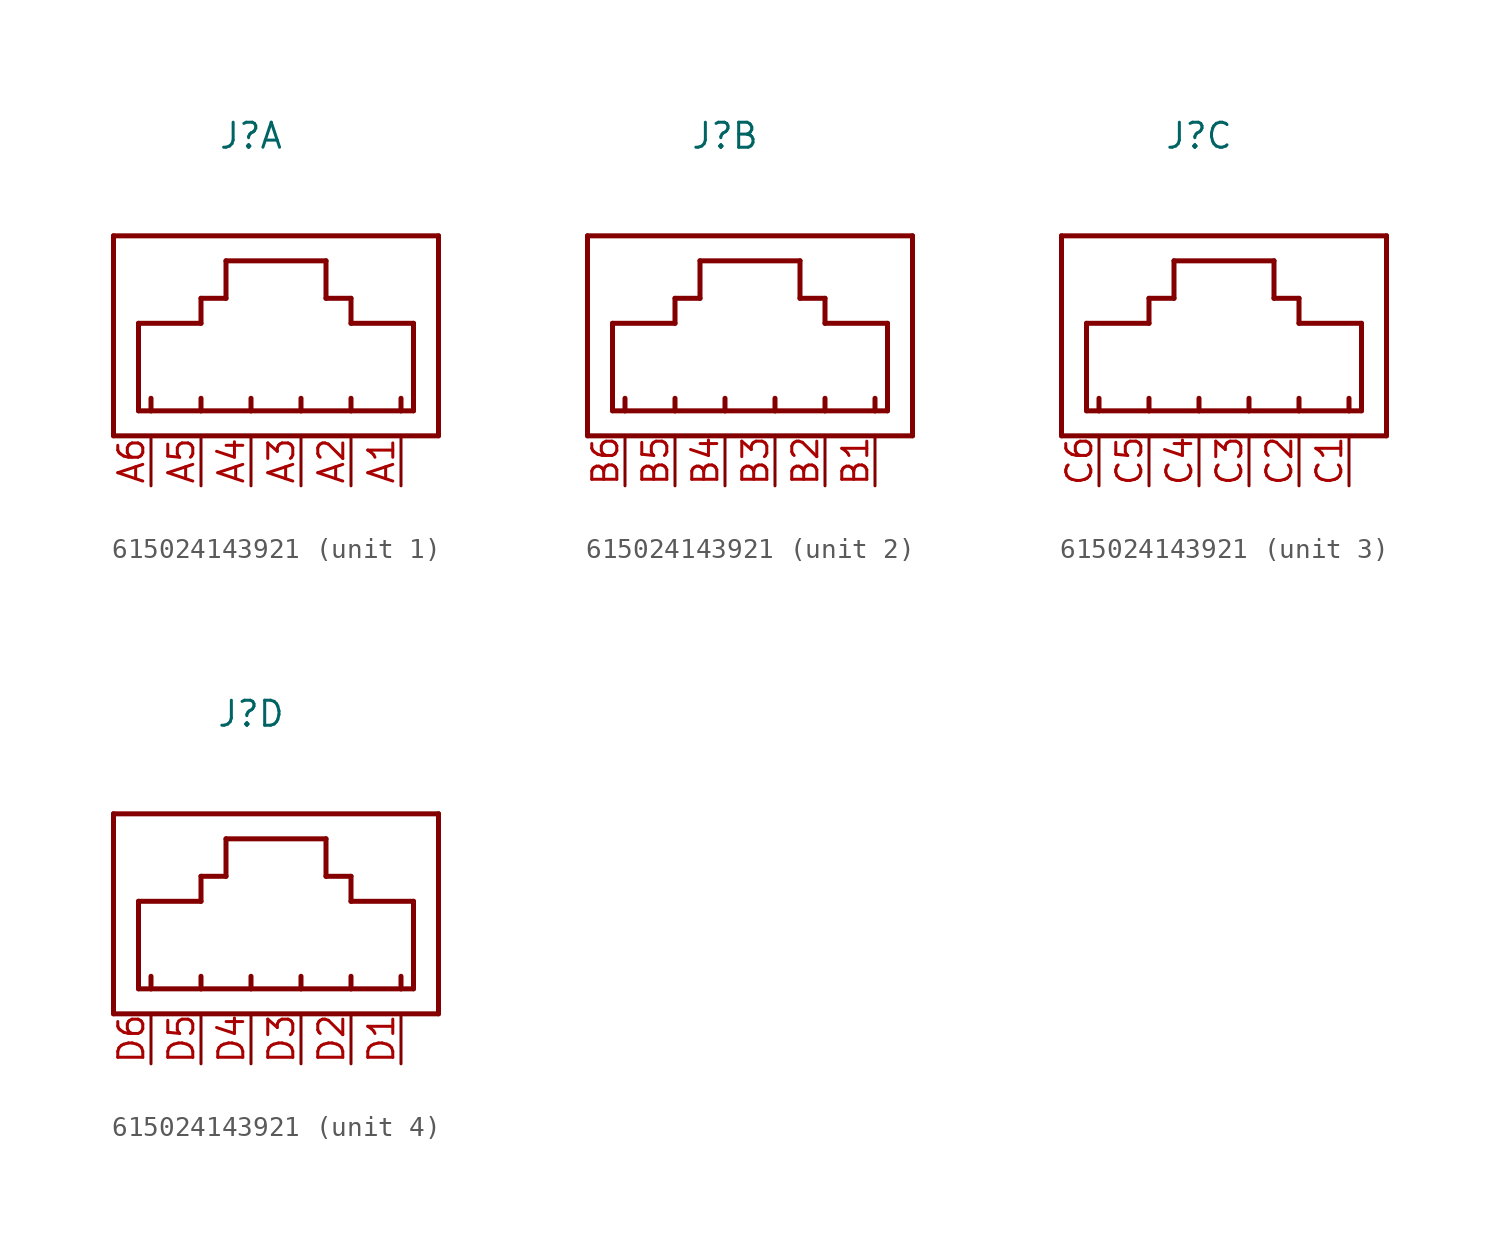
<source format=kicad_sym>
(kicad_symbol_lib
  (version 20241209)
  (generator "kicad_symbol_editor")
  (generator_version "9.0")
  (symbol "615024143921"
    (pin_names
      (hide yes))
    (property "Reference" "J"
      (at 0 10.16 0)
      (effects (font (size 1.27 1.27))))
    (property "ki_locked" ""
      (at 0 0 0)
      (effects (font (size 1.27 1.27))))
    (symbol "615024143921_1_0"
      (polyline (pts (xy -6.985 5.08) (xy 9.525 5.08)) (stroke (width 0.254) (type solid)) (fill (type none)))
      (polyline (pts (xy -6.985 -5.08) (xy -6.985 5.08)) (stroke (width 0.254) (type solid)) (fill (type none)))
      (polyline (pts (xy -5.715 0.635) (xy -2.54 0.635)) (stroke (width 0.254) (type solid)) (fill (type none)))
      (polyline (pts (xy -5.715 -3.81) (xy -5.715 0.635)) (stroke (width 0.254) (type solid)) (fill (type none)))
      (polyline (pts (xy -5.08 -3.81) (xy -5.715 -3.81)) (stroke (width 0.254) (type solid)) (fill (type none)))
      (polyline (pts (xy -5.08 -3.81) (xy -5.08 -3.175)) (stroke (width 0.254) (type solid)) (fill (type none)))
      (polyline (pts (xy -2.54 1.905) (xy -1.27 1.905)) (stroke (width 0.254) (type solid)) (fill (type none)))
      (polyline (pts (xy -2.54 0.635) (xy -2.54 1.905)) (stroke (width 0.254) (type solid)) (fill (type none)))
      (polyline (pts (xy -2.54 -3.81) (xy -5.08 -3.81)) (stroke (width 0.254) (type solid)) (fill (type none)))
      (polyline (pts (xy -2.54 -3.81) (xy -2.54 -3.175)) (stroke (width 0.254) (type solid)) (fill (type none)))
      (polyline (pts (xy -1.27 3.81) (xy 3.81 3.81)) (stroke (width 0.254) (type solid)) (fill (type none)))
      (polyline (pts (xy -1.27 1.905) (xy -1.27 3.81)) (stroke (width 0.254) (type solid)) (fill (type none)))
      (polyline (pts (xy 0 -3.81) (xy -2.54 -3.81)) (stroke (width 0.254) (type solid)) (fill (type none)))
      (polyline (pts (xy 0 -3.81) (xy 0 -3.175)) (stroke (width 0.254) (type solid)) (fill (type none)))
      (polyline (pts (xy 2.54 -3.81) (xy 0 -3.81)) (stroke (width 0.254) (type solid)) (fill (type none)))
      (polyline (pts (xy 2.54 -3.81) (xy 2.54 -3.175)) (stroke (width 0.254) (type solid)) (fill (type none)))
      (polyline (pts (xy 3.81 1.905) (xy 3.81 3.81)) (stroke (width 0.254) (type solid)) (fill (type none)))
      (polyline (pts (xy 5.08 1.905) (xy 3.81 1.905)) (stroke (width 0.254) (type solid)) (fill (type none)))
      (polyline (pts (xy 5.08 0.635) (xy 5.08 1.905)) (stroke (width 0.254) (type solid)) (fill (type none)))
      (polyline (pts (xy 5.08 -3.81) (xy 2.54 -3.81)) (stroke (width 0.254) (type solid)) (fill (type none)))
      (polyline (pts (xy 5.08 -3.81) (xy 5.08 -3.175)) (stroke (width 0.254) (type solid)) (fill (type none)))
      (polyline (pts (xy 7.62 -3.81) (xy 5.08 -3.81)) (stroke (width 0.254) (type solid)) (fill (type none)))
      (polyline (pts (xy 7.62 -3.81) (xy 7.62 -3.175)) (stroke (width 0.254) (type solid)) (fill (type none)))
      (polyline (pts (xy 8.255 0.635) (xy 5.08 0.635)) (stroke (width 0.254) (type solid)) (fill (type none)))
      (polyline (pts (xy 8.255 0.635) (xy 8.255 -3.81)) (stroke (width 0.254) (type solid)) (fill (type none)))
      (polyline (pts (xy 8.255 -3.81) (xy 7.62 -3.81)) (stroke (width 0.254) (type solid)) (fill (type none)))
      (polyline (pts (xy 9.525 5.08) (xy 9.525 -5.08)) (stroke (width 0.254) (type solid)) (fill (type none)))
      (polyline (pts (xy 9.525 -5.08) (xy -6.985 -5.08)) (stroke (width 0.254) (type solid)) (fill (type none)))
      (pin passive line (at -5.08 -7.62 90) (length 2.54) (name "6" (effects (font (size 1.27 1.27)))) (number "A6" (effects (font (size 1.27 1.27)))))
      (pin passive line (at -2.54 -7.62 90) (length 2.54) (name "5" (effects (font (size 1.27 1.27)))) (number "A5" (effects (font (size 1.27 1.27)))))
      (pin passive line (at 0 -7.62 90) (length 2.54) (name "4" (effects (font (size 1.27 1.27)))) (number "A4" (effects (font (size 1.27 1.27)))))
      (pin passive line (at 2.54 -7.62 90) (length 2.54) (name "3" (effects (font (size 1.27 1.27)))) (number "A3" (effects (font (size 1.27 1.27)))))
      (pin passive line (at 5.08 -7.62 90) (length 2.54) (name "2" (effects (font (size 1.27 1.27)))) (number "A2" (effects (font (size 1.27 1.27)))))
      (pin passive line (at 7.62 -7.62 90) (length 2.54) (name "1" (effects (font (size 1.27 1.27)))) (number "A1" (effects (font (size 1.27 1.27))))))
    (symbol "615024143921_2_0"
      (polyline (pts (xy -6.985 5.08) (xy 9.525 5.08)) (stroke (width 0.254) (type solid)) (fill (type none)))
      (polyline (pts (xy -6.985 -5.08) (xy -6.985 5.08)) (stroke (width 0.254) (type solid)) (fill (type none)))
      (polyline (pts (xy -5.715 0.635) (xy -2.54 0.635)) (stroke (width 0.254) (type solid)) (fill (type none)))
      (polyline (pts (xy -5.715 -3.81) (xy -5.715 0.635)) (stroke (width 0.254) (type solid)) (fill (type none)))
      (polyline (pts (xy -5.08 -3.81) (xy -5.715 -3.81)) (stroke (width 0.254) (type solid)) (fill (type none)))
      (polyline (pts (xy -5.08 -3.81) (xy -5.08 -3.175)) (stroke (width 0.254) (type solid)) (fill (type none)))
      (polyline (pts (xy -2.54 1.905) (xy -1.27 1.905)) (stroke (width 0.254) (type solid)) (fill (type none)))
      (polyline (pts (xy -2.54 0.635) (xy -2.54 1.905)) (stroke (width 0.254) (type solid)) (fill (type none)))
      (polyline (pts (xy -2.54 -3.81) (xy -5.08 -3.81)) (stroke (width 0.254) (type solid)) (fill (type none)))
      (polyline (pts (xy -2.54 -3.81) (xy -2.54 -3.175)) (stroke (width 0.254) (type solid)) (fill (type none)))
      (polyline (pts (xy -1.27 3.81) (xy 3.81 3.81)) (stroke (width 0.254) (type solid)) (fill (type none)))
      (polyline (pts (xy -1.27 1.905) (xy -1.27 3.81)) (stroke (width 0.254) (type solid)) (fill (type none)))
      (polyline (pts (xy 0 -3.81) (xy -2.54 -3.81)) (stroke (width 0.254) (type solid)) (fill (type none)))
      (polyline (pts (xy 0 -3.81) (xy 0 -3.175)) (stroke (width 0.254) (type solid)) (fill (type none)))
      (polyline (pts (xy 2.54 -3.81) (xy 0 -3.81)) (stroke (width 0.254) (type solid)) (fill (type none)))
      (polyline (pts (xy 2.54 -3.81) (xy 2.54 -3.175)) (stroke (width 0.254) (type solid)) (fill (type none)))
      (polyline (pts (xy 3.81 1.905) (xy 3.81 3.81)) (stroke (width 0.254) (type solid)) (fill (type none)))
      (polyline (pts (xy 5.08 1.905) (xy 3.81 1.905)) (stroke (width 0.254) (type solid)) (fill (type none)))
      (polyline (pts (xy 5.08 0.635) (xy 5.08 1.905)) (stroke (width 0.254) (type solid)) (fill (type none)))
      (polyline (pts (xy 5.08 -3.81) (xy 2.54 -3.81)) (stroke (width 0.254) (type solid)) (fill (type none)))
      (polyline (pts (xy 5.08 -3.81) (xy 5.08 -3.175)) (stroke (width 0.254) (type solid)) (fill (type none)))
      (polyline (pts (xy 7.62 -3.81) (xy 5.08 -3.81)) (stroke (width 0.254) (type solid)) (fill (type none)))
      (polyline (pts (xy 7.62 -3.81) (xy 7.62 -3.175)) (stroke (width 0.254) (type solid)) (fill (type none)))
      (polyline (pts (xy 8.255 0.635) (xy 5.08 0.635)) (stroke (width 0.254) (type solid)) (fill (type none)))
      (polyline (pts (xy 8.255 0.635) (xy 8.255 -3.81)) (stroke (width 0.254) (type solid)) (fill (type none)))
      (polyline (pts (xy 8.255 -3.81) (xy 7.62 -3.81)) (stroke (width 0.254) (type solid)) (fill (type none)))
      (polyline (pts (xy 9.525 5.08) (xy 9.525 -5.08)) (stroke (width 0.254) (type solid)) (fill (type none)))
      (polyline (pts (xy 9.525 -5.08) (xy -6.985 -5.08)) (stroke (width 0.254) (type solid)) (fill (type none)))
      (pin passive line (at -5.08 -7.62 90) (length 2.54) (name "6" (effects (font (size 1.27 1.27)))) (number "B6" (effects (font (size 1.27 1.27)))))
      (pin passive line (at -2.54 -7.62 90) (length 2.54) (name "5" (effects (font (size 1.27 1.27)))) (number "B5" (effects (font (size 1.27 1.27)))))
      (pin passive line (at 0 -7.62 90) (length 2.54) (name "4" (effects (font (size 1.27 1.27)))) (number "B4" (effects (font (size 1.27 1.27)))))
      (pin passive line (at 2.54 -7.62 90) (length 2.54) (name "3" (effects (font (size 1.27 1.27)))) (number "B3" (effects (font (size 1.27 1.27)))))
      (pin passive line (at 5.08 -7.62 90) (length 2.54) (name "2" (effects (font (size 1.27 1.27)))) (number "B2" (effects (font (size 1.27 1.27)))))
      (pin passive line (at 7.62 -7.62 90) (length 2.54) (name "1" (effects (font (size 1.27 1.27)))) (number "B1" (effects (font (size 1.27 1.27))))))
    (symbol "615024143921_3_0"
      (polyline (pts (xy -6.985 5.08) (xy 9.525 5.08)) (stroke (width 0.254) (type solid)) (fill (type none)))
      (polyline (pts (xy -6.985 -5.08) (xy -6.985 5.08)) (stroke (width 0.254) (type solid)) (fill (type none)))
      (polyline (pts (xy -5.715 0.635) (xy -2.54 0.635)) (stroke (width 0.254) (type solid)) (fill (type none)))
      (polyline (pts (xy -5.715 -3.81) (xy -5.715 0.635)) (stroke (width 0.254) (type solid)) (fill (type none)))
      (polyline (pts (xy -5.08 -3.81) (xy -5.715 -3.81)) (stroke (width 0.254) (type solid)) (fill (type none)))
      (polyline (pts (xy -5.08 -3.81) (xy -5.08 -3.175)) (stroke (width 0.254) (type solid)) (fill (type none)))
      (polyline (pts (xy -2.54 1.905) (xy -1.27 1.905)) (stroke (width 0.254) (type solid)) (fill (type none)))
      (polyline (pts (xy -2.54 0.635) (xy -2.54 1.905)) (stroke (width 0.254) (type solid)) (fill (type none)))
      (polyline (pts (xy -2.54 -3.81) (xy -5.08 -3.81)) (stroke (width 0.254) (type solid)) (fill (type none)))
      (polyline (pts (xy -2.54 -3.81) (xy -2.54 -3.175)) (stroke (width 0.254) (type solid)) (fill (type none)))
      (polyline (pts (xy -1.27 3.81) (xy 3.81 3.81)) (stroke (width 0.254) (type solid)) (fill (type none)))
      (polyline (pts (xy -1.27 1.905) (xy -1.27 3.81)) (stroke (width 0.254) (type solid)) (fill (type none)))
      (polyline (pts (xy 0 -3.81) (xy -2.54 -3.81)) (stroke (width 0.254) (type solid)) (fill (type none)))
      (polyline (pts (xy 0 -3.81) (xy 0 -3.175)) (stroke (width 0.254) (type solid)) (fill (type none)))
      (polyline (pts (xy 2.54 -3.81) (xy 0 -3.81)) (stroke (width 0.254) (type solid)) (fill (type none)))
      (polyline (pts (xy 2.54 -3.81) (xy 2.54 -3.175)) (stroke (width 0.254) (type solid)) (fill (type none)))
      (polyline (pts (xy 3.81 1.905) (xy 3.81 3.81)) (stroke (width 0.254) (type solid)) (fill (type none)))
      (polyline (pts (xy 5.08 1.905) (xy 3.81 1.905)) (stroke (width 0.254) (type solid)) (fill (type none)))
      (polyline (pts (xy 5.08 0.635) (xy 5.08 1.905)) (stroke (width 0.254) (type solid)) (fill (type none)))
      (polyline (pts (xy 5.08 -3.81) (xy 2.54 -3.81)) (stroke (width 0.254) (type solid)) (fill (type none)))
      (polyline (pts (xy 5.08 -3.81) (xy 5.08 -3.175)) (stroke (width 0.254) (type solid)) (fill (type none)))
      (polyline (pts (xy 7.62 -3.81) (xy 5.08 -3.81)) (stroke (width 0.254) (type solid)) (fill (type none)))
      (polyline (pts (xy 7.62 -3.81) (xy 7.62 -3.175)) (stroke (width 0.254) (type solid)) (fill (type none)))
      (polyline (pts (xy 8.255 0.635) (xy 5.08 0.635)) (stroke (width 0.254) (type solid)) (fill (type none)))
      (polyline (pts (xy 8.255 0.635) (xy 8.255 -3.81)) (stroke (width 0.254) (type solid)) (fill (type none)))
      (polyline (pts (xy 8.255 -3.81) (xy 7.62 -3.81)) (stroke (width 0.254) (type solid)) (fill (type none)))
      (polyline (pts (xy 9.525 5.08) (xy 9.525 -5.08)) (stroke (width 0.254) (type solid)) (fill (type none)))
      (polyline (pts (xy 9.525 -5.08) (xy -6.985 -5.08)) (stroke (width 0.254) (type solid)) (fill (type none)))
      (pin passive line (at -5.08 -7.62 90) (length 2.54) (name "6" (effects (font (size 1.27 1.27)))) (number "C6" (effects (font (size 1.27 1.27)))))
      (pin passive line (at -2.54 -7.62 90) (length 2.54) (name "5" (effects (font (size 1.27 1.27)))) (number "C5" (effects (font (size 1.27 1.27)))))
      (pin passive line (at 0 -7.62 90) (length 2.54) (name "4" (effects (font (size 1.27 1.27)))) (number "C4" (effects (font (size 1.27 1.27)))))
      (pin passive line (at 2.54 -7.62 90) (length 2.54) (name "3" (effects (font (size 1.27 1.27)))) (number "C3" (effects (font (size 1.27 1.27)))))
      (pin passive line (at 5.08 -7.62 90) (length 2.54) (name "2" (effects (font (size 1.27 1.27)))) (number "C2" (effects (font (size 1.27 1.27)))))
      (pin passive line (at 7.62 -7.62 90) (length 2.54) (name "1" (effects (font (size 1.27 1.27)))) (number "C1" (effects (font (size 1.27 1.27))))))
    (symbol "615024143921_4_0"
      (polyline (pts (xy -6.985 5.08) (xy 9.525 5.08)) (stroke (width 0.254) (type solid)) (fill (type none)))
      (polyline (pts (xy -6.985 -5.08) (xy -6.985 5.08)) (stroke (width 0.254) (type solid)) (fill (type none)))
      (polyline (pts (xy -5.715 0.635) (xy -2.54 0.635)) (stroke (width 0.254) (type solid)) (fill (type none)))
      (polyline (pts (xy -5.715 -3.81) (xy -5.715 0.635)) (stroke (width 0.254) (type solid)) (fill (type none)))
      (polyline (pts (xy -5.08 -3.81) (xy -5.715 -3.81)) (stroke (width 0.254) (type solid)) (fill (type none)))
      (polyline (pts (xy -5.08 -3.81) (xy -5.08 -3.175)) (stroke (width 0.254) (type solid)) (fill (type none)))
      (polyline (pts (xy -2.54 1.905) (xy -1.27 1.905)) (stroke (width 0.254) (type solid)) (fill (type none)))
      (polyline (pts (xy -2.54 0.635) (xy -2.54 1.905)) (stroke (width 0.254) (type solid)) (fill (type none)))
      (polyline (pts (xy -2.54 -3.81) (xy -5.08 -3.81)) (stroke (width 0.254) (type solid)) (fill (type none)))
      (polyline (pts (xy -2.54 -3.81) (xy -2.54 -3.175)) (stroke (width 0.254) (type solid)) (fill (type none)))
      (polyline (pts (xy -1.27 3.81) (xy 3.81 3.81)) (stroke (width 0.254) (type solid)) (fill (type none)))
      (polyline (pts (xy -1.27 1.905) (xy -1.27 3.81)) (stroke (width 0.254) (type solid)) (fill (type none)))
      (polyline (pts (xy 0 -3.81) (xy -2.54 -3.81)) (stroke (width 0.254) (type solid)) (fill (type none)))
      (polyline (pts (xy 0 -3.81) (xy 0 -3.175)) (stroke (width 0.254) (type solid)) (fill (type none)))
      (polyline (pts (xy 2.54 -3.81) (xy 0 -3.81)) (stroke (width 0.254) (type solid)) (fill (type none)))
      (polyline (pts (xy 2.54 -3.81) (xy 2.54 -3.175)) (stroke (width 0.254) (type solid)) (fill (type none)))
      (polyline (pts (xy 3.81 1.905) (xy 3.81 3.81)) (stroke (width 0.254) (type solid)) (fill (type none)))
      (polyline (pts (xy 5.08 1.905) (xy 3.81 1.905)) (stroke (width 0.254) (type solid)) (fill (type none)))
      (polyline (pts (xy 5.08 0.635) (xy 5.08 1.905)) (stroke (width 0.254) (type solid)) (fill (type none)))
      (polyline (pts (xy 5.08 -3.81) (xy 2.54 -3.81)) (stroke (width 0.254) (type solid)) (fill (type none)))
      (polyline (pts (xy 5.08 -3.81) (xy 5.08 -3.175)) (stroke (width 0.254) (type solid)) (fill (type none)))
      (polyline (pts (xy 7.62 -3.81) (xy 5.08 -3.81)) (stroke (width 0.254) (type solid)) (fill (type none)))
      (polyline (pts (xy 7.62 -3.81) (xy 7.62 -3.175)) (stroke (width 0.254) (type solid)) (fill (type none)))
      (polyline (pts (xy 8.255 0.635) (xy 5.08 0.635)) (stroke (width 0.254) (type solid)) (fill (type none)))
      (polyline (pts (xy 8.255 0.635) (xy 8.255 -3.81)) (stroke (width 0.254) (type solid)) (fill (type none)))
      (polyline (pts (xy 8.255 -3.81) (xy 7.62 -3.81)) (stroke (width 0.254) (type solid)) (fill (type none)))
      (polyline (pts (xy 9.525 5.08) (xy 9.525 -5.08)) (stroke (width 0.254) (type solid)) (fill (type none)))
      (polyline (pts (xy 9.525 -5.08) (xy -6.985 -5.08)) (stroke (width 0.254) (type solid)) (fill (type none)))
      (pin passive line (at -5.08 -7.62 90) (length 2.54) (name "6" (effects (font (size 1.27 1.27)))) (number "D6" (effects (font (size 1.27 1.27)))))
      (pin passive line (at -2.54 -7.62 90) (length 2.54) (name "5" (effects (font (size 1.27 1.27)))) (number "D5" (effects (font (size 1.27 1.27)))))
      (pin passive line (at 0 -7.62 90) (length 2.54) (name "4" (effects (font (size 1.27 1.27)))) (number "D4" (effects (font (size 1.27 1.27)))))
      (pin passive line (at 2.54 -7.62 90) (length 2.54) (name "3" (effects (font (size 1.27 1.27)))) (number "D3" (effects (font (size 1.27 1.27)))))
      (pin passive line (at 5.08 -7.62 90) (length 2.54) (name "2" (effects (font (size 1.27 1.27)))) (number "D2" (effects (font (size 1.27 1.27)))))
      (pin passive line (at 7.62 -7.62 90) (length 2.54) (name "1" (effects (font (size 1.27 1.27)))) (number "D1" (effects (font (size 1.27 1.27))))))))
</source>
